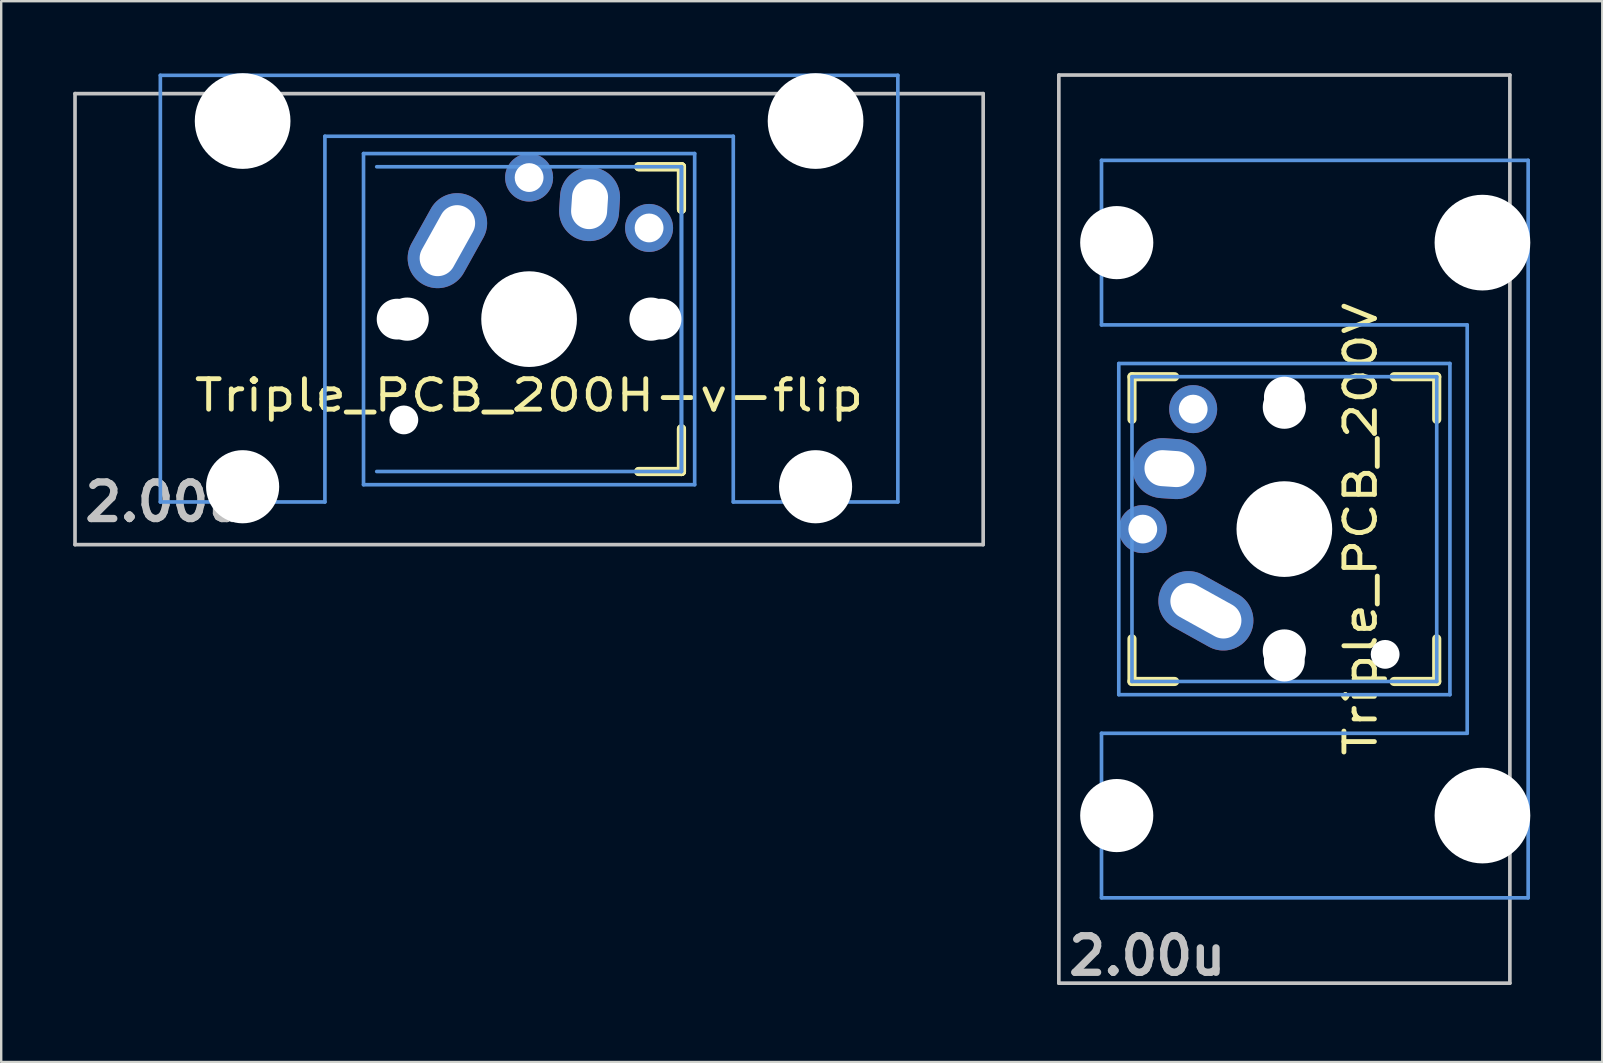
<source format=kicad_pcb>
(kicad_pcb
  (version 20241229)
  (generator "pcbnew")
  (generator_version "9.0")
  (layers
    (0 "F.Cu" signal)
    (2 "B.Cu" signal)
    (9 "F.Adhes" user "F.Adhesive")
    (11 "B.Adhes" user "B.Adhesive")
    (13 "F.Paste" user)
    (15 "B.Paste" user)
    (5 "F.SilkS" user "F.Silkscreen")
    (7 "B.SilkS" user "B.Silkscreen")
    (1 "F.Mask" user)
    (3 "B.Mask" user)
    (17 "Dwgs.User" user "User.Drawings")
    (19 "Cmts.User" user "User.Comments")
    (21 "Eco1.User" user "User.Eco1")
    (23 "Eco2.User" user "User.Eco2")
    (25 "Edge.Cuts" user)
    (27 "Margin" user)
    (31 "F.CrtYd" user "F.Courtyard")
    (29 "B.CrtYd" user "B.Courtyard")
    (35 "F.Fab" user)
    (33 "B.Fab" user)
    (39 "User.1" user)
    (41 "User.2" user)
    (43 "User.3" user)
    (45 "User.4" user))
  (footprint "Triple_PCB_200H-v-flip"
    (layer "F.Cu")
    (at 18.999 10.249)
    (property "Reference" "Triple_PCB_200H-v-flip" (at 0 3.175 0) (layer "F.SilkS") (effects (font (size 1.27 1.524) (thickness 0.203))))
    (attr through_hole)
    (fp_line (start 4.572 -6.35) (end 6.35 -6.35) (stroke (width 0.381) (type solid)) (layer "F.SilkS"))
    (fp_line (start 4.572 -6.35) (end 6.35 -6.35) (stroke (width 0.381) (type solid)) (layer "F.SilkS"))
    (fp_line (start 6.35 -6.35) (end 6.35 -4.572) (stroke (width 0.381) (type solid)) (layer "F.SilkS"))
    (fp_line (start 6.35 -6.35) (end 6.35 -4.572) (stroke (width 0.381) (type solid)) (layer "F.SilkS"))
    (fp_line (start 6.35 4.572) (end 6.35 6.35) (stroke (width 0.381) (type solid)) (layer "F.SilkS"))
    (fp_line (start 6.35 4.572) (end 6.35 6.35) (stroke (width 0.381) (type solid)) (layer "F.SilkS"))
    (fp_line (start 6.35 6.35) (end 4.572 6.35) (stroke (width 0.381) (type solid)) (layer "F.SilkS"))
    (fp_line (start 6.35 6.35) (end 4.572 6.35) (stroke (width 0.381) (type solid)) (layer "F.SilkS"))
    (fp_line (start -18.923 -9.398) (end 18.923 -9.398) (stroke (width 0.152) (type solid)) (layer "Dwgs.User"))
    (fp_line (start -18.923 9.398) (end -18.923 -9.398) (stroke (width 0.152) (type solid)) (layer "Dwgs.User"))
    (fp_line (start 18.923 -9.398) (end 18.923 9.398) (stroke (width 0.152) (type solid)) (layer "Dwgs.User"))
    (fp_line (start 18.923 9.398) (end -18.923 9.398) (stroke (width 0.152) (type solid)) (layer "Dwgs.User"))
    (fp_line (start -15.367 -10.16) (end -15.367 7.62) (stroke (width 0.152) (type solid)) (layer "Cmts.User"))
    (fp_line (start -15.367 7.62) (end -8.509 7.62) (stroke (width 0.152) (type solid)) (layer "Cmts.User"))
    (fp_line (start -8.509 -7.62) (end 8.509 -7.62) (stroke (width 0.152) (type solid)) (layer "Cmts.User"))
    (fp_line (start -8.509 7.62) (end -8.509 -7.62) (stroke (width 0.152) (type solid)) (layer "Cmts.User"))
    (fp_line (start -6.9 -6.9) (end 6.9 -6.9) (stroke (width 0.152) (type solid)) (layer "Cmts.User"))
    (fp_line (start -6.9 6.9) (end -6.9 -6.9) (stroke (width 0.152) (type solid)) (layer "Cmts.User"))
    (fp_line (start -6.35 -6.35) (end 6.35 -6.35) (stroke (width 0.152) (type solid)) (layer "Cmts.User"))
    (fp_line (start 6.35 -6.35) (end 6.35 6.35) (stroke (width 0.152) (type solid)) (layer "Cmts.User"))
    (fp_line (start 6.35 -6.35) (end 6.35 6.35) (stroke (width 0.152) (type solid)) (layer "Cmts.User"))
    (fp_line (start 6.35 6.35) (end -6.35 6.35) (stroke (width 0.152) (type solid)) (layer "Cmts.User"))
    (fp_line (start 6.9 -6.9) (end 6.9 6.9) (stroke (width 0.152) (type solid)) (layer "Cmts.User"))
    (fp_line (start 6.9 6.9) (end -6.9 6.9) (stroke (width 0.152) (type solid)) (layer "Cmts.User"))
    (fp_line (start 8.509 -7.62) (end 8.509 7.62) (stroke (width 0.152) (type solid)) (layer "Cmts.User"))
    (fp_line (start 8.509 7.62) (end 15.367 7.62) (stroke (width 0.152) (type solid)) (layer "Cmts.User"))
    (fp_line (start 15.367 -10.16) (end -15.367 -10.16) (stroke (width 0.152) (type solid)) (layer "Cmts.User"))
    (fp_line (start 15.367 7.62) (end 15.367 -10.16) (stroke (width 0.152) (type solid)) (layer "Cmts.User"))
    (fp_line (start -16.129 -0.508) (end -15.265 -0.508) (stroke (width 0.152) (type solid)) (layer "Eco2.User"))
    (fp_line (start -16.129 2.286) (end -16.129 -0.508) (stroke (width 0.152) (type solid)) (layer "Eco2.User"))
    (fp_line (start -15.265 -6.604) (end -14.224 -6.604) (stroke (width 0.152) (type solid)) (layer "Eco2.User"))
    (fp_line (start -15.265 -0.508) (end -15.265 -6.604) (stroke (width 0.152) (type solid)) (layer "Eco2.User"))
    (fp_line (start -15.265 2.286) (end -16.129 2.286) (stroke (width 0.152) (type solid)) (layer "Eco2.User"))
    (fp_line (start -15.265 5.69) (end -15.265 2.286) (stroke (width 0.152) (type solid)) (layer "Eco2.User"))
    (fp_line (start -14.224 -7.772) (end -9.652 -7.772) (stroke (width 0.152) (type solid)) (layer "Eco2.User"))
    (fp_line (start -14.224 -6.604) (end -14.224 -7.772) (stroke (width 0.152) (type solid)) (layer "Eco2.User"))
    (fp_line (start -9.652 -7.772) (end -9.652 -6.604) (stroke (width 0.152) (type solid)) (layer "Eco2.User"))
    (fp_line (start -9.652 -6.604) (end -8.611 -6.604) (stroke (width 0.152) (type solid)) (layer "Eco2.User"))
    (fp_line (start -8.611 -6.604) (end -8.611 -5.817) (stroke (width 0.152) (type solid)) (layer "Eco2.User"))
    (fp_line (start -8.611 -5.817) (end -6.985 -5.817) (stroke (width 0.152) (type solid)) (layer "Eco2.User"))
    (fp_line (start -8.611 4.877) (end -8.611 5.69) (stroke (width 0.152) (type solid)) (layer "Eco2.User"))
    (fp_line (start -8.611 5.69) (end -15.265 5.69) (stroke (width 0.152) (type solid)) (layer "Eco2.User"))
    (fp_line (start -7.5 -7.5) (end 7.5 -7.5) (stroke (width 0.152) (type solid)) (layer "Eco2.User"))
    (fp_line (start -7.5 7.5) (end -7.5 -7.5) (stroke (width 0.152) (type solid)) (layer "Eco2.User"))
    (fp_line (start -6.985 -6.985) (end 6.985 -6.985) (stroke (width 0.152) (type solid)) (layer "Eco2.User"))
    (fp_line (start -6.985 -5.817) (end -6.985 -6.985) (stroke (width 0.152) (type solid)) (layer "Eco2.User"))
    (fp_line (start -6.985 4.877) (end -8.611 4.877) (stroke (width 0.152) (type solid)) (layer "Eco2.User"))
    (fp_line (start -6.985 6.985) (end -6.985 4.877) (stroke (width 0.152) (type solid)) (layer "Eco2.User"))
    (fp_line (start 6.985 -6.985) (end 6.985 -5.817) (stroke (width 0.152) (type solid)) (layer "Eco2.User"))
    (fp_line (start 6.985 -5.817) (end 8.611 -5.817) (stroke (width 0.152) (type solid)) (layer "Eco2.User"))
    (fp_line (start 6.985 4.877) (end 6.985 6.985) (stroke (width 0.152) (type solid)) (layer "Eco2.User"))
    (fp_line (start 6.985 6.985) (end -6.985 6.985) (stroke (width 0.152) (type solid)) (layer "Eco2.User"))
    (fp_line (start 7.5 -7.5) (end 7.5 7.5) (stroke (width 0.152) (type solid)) (layer "Eco2.User"))
    (fp_line (start 7.5 7.5) (end -7.5 7.5) (stroke (width 0.152) (type solid)) (layer "Eco2.User"))
    (fp_line (start 8.611 -6.604) (end 9.652 -6.604) (stroke (width 0.152) (type solid)) (layer "Eco2.User"))
    (fp_line (start 8.611 -5.817) (end 8.611 -6.604) (stroke (width 0.152) (type solid)) (layer "Eco2.User"))
    (fp_line (start 8.611 4.877) (end 6.985 4.877) (stroke (width 0.152) (type solid)) (layer "Eco2.User"))
    (fp_line (start 8.611 5.69) (end 8.611 4.877) (stroke (width 0.152) (type solid)) (layer "Eco2.User"))
    (fp_line (start 9.652 -7.772) (end 14.224 -7.772) (stroke (width 0.152) (type solid)) (layer "Eco2.User"))
    (fp_line (start 9.652 -6.604) (end 9.652 -7.772) (stroke (width 0.152) (type solid)) (layer "Eco2.User"))
    (fp_line (start 14.224 -7.772) (end 14.224 -6.604) (stroke (width 0.152) (type solid)) (layer "Eco2.User"))
    (fp_line (start 14.224 -6.604) (end 15.265 -6.604) (stroke (width 0.152) (type solid)) (layer "Eco2.User"))
    (fp_line (start 15.265 -6.604) (end 15.265 -0.508) (stroke (width 0.152) (type solid)) (layer "Eco2.User"))
    (fp_line (start 15.265 -0.508) (end 16.129 -0.508) (stroke (width 0.152) (type solid)) (layer "Eco2.User"))
    (fp_line (start 15.265 2.286) (end 15.265 5.69) (stroke (width 0.152) (type solid)) (layer "Eco2.User"))
    (fp_line (start 15.265 5.69) (end 8.611 5.69) (stroke (width 0.152) (type solid)) (layer "Eco2.User"))
    (fp_line (start 16.129 -0.508) (end 16.129 2.286) (stroke (width 0.152) (type solid)) (layer "Eco2.User"))
    (fp_line (start 16.129 2.286) (end 15.265 2.286) (stroke (width 0.152) (type solid)) (layer "Eco2.User"))
    (fp_text user "2.00u" (at -15.24 7.62 180) (layer "Dwgs.User") (effects (font (size 1.524 1.524) (thickness 0.305))))
    (pad "" np_thru_hole circle (at -11.938 -8.255 180) (size 3.988 3.988) (drill 3.988) (layers "*.Cu"))
    (pad "" np_thru_hole circle (at -11.938 6.985 180) (size 3.048 3.048) (drill 3.048) (layers "*.Cu"))
    (pad "" np_thru_hole circle (at -5.5 0) (size 1.7 1.7) (drill 1.7) (layers "*.Cu"))
    (pad "" np_thru_hole circle (at -5.22 4.2) (size 1.2 1.2) (drill 1.2) (layers "*.Cu"))
    (pad "" np_thru_hole circle (at -5.08 0) (size 1.8 1.8) (drill 1.8) (layers "*.Cu"))
    (pad "" np_thru_hole circle (at 0 0) (size 3.4 3.4) (drill 3.4) (layers "*.Cu"))
    (pad "" np_thru_hole circle (at 0 0) (size 3.988 3.988) (drill 3.988) (layers "*.Cu"))
    (pad "" np_thru_hole circle (at 5.08 0) (size 1.8 1.8) (drill 1.8) (layers "*.Cu"))
    (pad "" np_thru_hole circle (at 5.5 0) (size 1.7 1.7) (drill 1.7) (layers "*.Cu"))
    (pad "" np_thru_hole circle (at 11.938 -8.255 180) (size 3.988 3.988) (drill 3.988) (layers "*.Cu"))
    (pad "" np_thru_hole circle (at 11.938 6.985 180) (size 3.048 3.048) (drill 3.048) (layers "*.Cu"))
    (pad "1" thru_hole oval (at -3.405 -3.27 330.9) (size 2.5 4.17) (drill oval 1.5 3.17) (layers "*.Cu" "*.Mask"))
    (pad "1" thru_hole circle (at 0 -5.9) (size 2 2) (drill 1.2) (layers "*.Cu" "*.Mask"))
    (pad "2" thru_hole oval (at 2.52 -4.79 356.1) (size 2.5 3.08) (drill oval 1.5 2.08) (layers "*.Cu" "*.Mask"))
    (pad "2" thru_hole circle (at 5 -3.8 221.9) (size 2 2) (drill 1.2) (layers "*.Cu" "*.Mask")))
  (footprint "Triple_PCB_200V"
    (layer "F.Cu")
    (at 50.473 18.999)
    (property "Reference" "Triple_PCB_200V" (at 3.175 0 90) (layer "F.SilkS") (effects (font (size 1.27 1.524) (thickness 0.203))))
    (attr through_hole)
    (fp_line (start -6.35 -6.35) (end -4.572 -6.35) (stroke (width 0.381) (type solid)) (layer "F.SilkS"))
    (fp_line (start -6.35 -4.572) (end -6.35 -6.35) (stroke (width 0.381) (type solid)) (layer "F.SilkS"))
    (fp_line (start -6.35 6.35) (end -6.35 4.572) (stroke (width 0.381) (type solid)) (layer "F.SilkS"))
    (fp_line (start -4.572 6.35) (end -6.35 6.35) (stroke (width 0.381) (type solid)) (layer "F.SilkS"))
    (fp_line (start 4.572 -6.35) (end 6.35 -6.35) (stroke (width 0.381) (type solid)) (layer "F.SilkS"))
    (fp_line (start 6.35 -6.35) (end 6.35 -4.572) (stroke (width 0.381) (type solid)) (layer "F.SilkS"))
    (fp_line (start 6.35 4.572) (end 6.35 6.35) (stroke (width 0.381) (type solid)) (layer "F.SilkS"))
    (fp_line (start 6.35 6.35) (end 4.572 6.35) (stroke (width 0.381) (type solid)) (layer "F.SilkS"))
    (fp_line (start -9.398 -18.923) (end 9.398 -18.923) (stroke (width 0.152) (type solid)) (layer "Dwgs.User"))
    (fp_line (start -9.398 18.923) (end -9.398 -18.923) (stroke (width 0.152) (type solid)) (layer "Dwgs.User"))
    (fp_line (start 9.398 -18.923) (end 9.398 18.923) (stroke (width 0.152) (type solid)) (layer "Dwgs.User"))
    (fp_line (start 9.398 18.923) (end -9.398 18.923) (stroke (width 0.152) (type solid)) (layer "Dwgs.User"))
    (fp_line (start -7.62 -15.367) (end -7.62 -8.509) (stroke (width 0.152) (type solid)) (layer "Cmts.User"))
    (fp_line (start -7.62 -8.509) (end 7.62 -8.509) (stroke (width 0.152) (type solid)) (layer "Cmts.User"))
    (fp_line (start -7.62 8.509) (end -7.62 15.367) (stroke (width 0.152) (type solid)) (layer "Cmts.User"))
    (fp_line (start -7.62 15.367) (end 10.16 15.367) (stroke (width 0.152) (type solid)) (layer "Cmts.User"))
    (fp_line (start -6.9 -6.9) (end 6.9 -6.9) (stroke (width 0.152) (type solid)) (layer "Cmts.User"))
    (fp_line (start -6.9 6.9) (end -6.9 -6.9) (stroke (width 0.152) (type solid)) (layer "Cmts.User"))
    (fp_line (start -6.35 -6.35) (end 6.35 -6.35) (stroke (width 0.152) (type solid)) (layer "Cmts.User"))
    (fp_line (start -6.35 6.35) (end -6.35 -6.35) (stroke (width 0.152) (type solid)) (layer "Cmts.User"))
    (fp_line (start 6.35 -6.35) (end 6.35 6.35) (stroke (width 0.152) (type solid)) (layer "Cmts.User"))
    (fp_line (start 6.35 6.35) (end -6.35 6.35) (stroke (width 0.152) (type solid)) (layer "Cmts.User"))
    (fp_line (start 6.9 -6.9) (end 6.9 6.9) (stroke (width 0.152) (type solid)) (layer "Cmts.User"))
    (fp_line (start 6.9 6.9) (end -6.9 6.9) (stroke (width 0.152) (type solid)) (layer "Cmts.User"))
    (fp_line (start 7.62 -8.509) (end 7.62 8.509) (stroke (width 0.152) (type solid)) (layer "Cmts.User"))
    (fp_line (start 7.62 8.509) (end -7.62 8.509) (stroke (width 0.152) (type solid)) (layer "Cmts.User"))
    (fp_line (start 10.16 -15.367) (end -7.62 -15.367) (stroke (width 0.152) (type solid)) (layer "Cmts.User"))
    (fp_line (start 10.16 15.367) (end 10.16 -15.367) (stroke (width 0.152) (type solid)) (layer "Cmts.User"))
    (fp_line (start -7.5 -7.5) (end 7.5 -7.5) (stroke (width 0.152) (type solid)) (layer "Eco2.User"))
    (fp_line (start -7.5 7.5) (end -7.5 -7.5) (stroke (width 0.152) (type solid)) (layer "Eco2.User"))
    (fp_line (start -6.985 -6.985) (end -4.877 -6.985) (stroke (width 0.152) (type solid)) (layer "Eco2.User"))
    (fp_line (start -6.985 6.985) (end -6.985 -6.985) (stroke (width 0.152) (type solid)) (layer "Eco2.User"))
    (fp_line (start -5.69 -15.265) (end -2.286 -15.265) (stroke (width 0.152) (type solid)) (layer "Eco2.User"))
    (fp_line (start -5.69 -8.611) (end -5.69 -15.265) (stroke (width 0.152) (type solid)) (layer "Eco2.User"))
    (fp_line (start -5.69 8.611) (end -4.877 8.611) (stroke (width 0.152) (type solid)) (layer "Eco2.User"))
    (fp_line (start -5.69 15.265) (end -5.69 8.611) (stroke (width 0.152) (type solid)) (layer "Eco2.User"))
    (fp_line (start -4.877 -8.611) (end -5.69 -8.611) (stroke (width 0.152) (type solid)) (layer "Eco2.User"))
    (fp_line (start -4.877 -6.985) (end -4.877 -8.611) (stroke (width 0.152) (type solid)) (layer "Eco2.User"))
    (fp_line (start -4.877 6.985) (end -6.985 6.985) (stroke (width 0.152) (type solid)) (layer "Eco2.User"))
    (fp_line (start -4.877 8.611) (end -4.877 6.985) (stroke (width 0.152) (type solid)) (layer "Eco2.User"))
    (fp_line (start -2.286 -16.129) (end 0.508 -16.129) (stroke (width 0.152) (type solid)) (layer "Eco2.User"))
    (fp_line (start -2.286 -15.265) (end -2.286 -16.129) (stroke (width 0.152) (type solid)) (layer "Eco2.User"))
    (fp_line (start -2.286 15.265) (end -5.69 15.265) (stroke (width 0.152) (type solid)) (layer "Eco2.User"))
    (fp_line (start -2.286 16.129) (end -2.286 15.265) (stroke (width 0.152) (type solid)) (layer "Eco2.User"))
    (fp_line (start 0.508 -16.129) (end 0.508 -15.265) (stroke (width 0.152) (type solid)) (layer "Eco2.User"))
    (fp_line (start 0.508 -15.265) (end 6.604 -15.265) (stroke (width 0.152) (type solid)) (layer "Eco2.User"))
    (fp_line (start 0.508 15.265) (end 0.508 16.129) (stroke (width 0.152) (type solid)) (layer "Eco2.User"))
    (fp_line (start 0.508 16.129) (end -2.286 16.129) (stroke (width 0.152) (type solid)) (layer "Eco2.User"))
    (fp_line (start 5.817 -8.611) (end 5.817 -6.985) (stroke (width 0.152) (type solid)) (layer "Eco2.User"))
    (fp_line (start 5.817 -6.985) (end 6.985 -6.985) (stroke (width 0.152) (type solid)) (layer "Eco2.User"))
    (fp_line (start 5.817 6.985) (end 5.817 8.611) (stroke (width 0.152) (type solid)) (layer "Eco2.User"))
    (fp_line (start 5.817 8.611) (end 6.604 8.611) (stroke (width 0.152) (type solid)) (layer "Eco2.User"))
    (fp_line (start 6.604 -15.265) (end 6.604 -14.224) (stroke (width 0.152) (type solid)) (layer "Eco2.User"))
    (fp_line (start 6.604 -14.224) (end 7.772 -14.224) (stroke (width 0.152) (type solid)) (layer "Eco2.User"))
    (fp_line (start 6.604 -9.652) (end 6.604 -8.611) (stroke (width 0.152) (type solid)) (layer "Eco2.User"))
    (fp_line (start 6.604 -8.611) (end 5.817 -8.611) (stroke (width 0.152) (type solid)) (layer "Eco2.User"))
    (fp_line (start 6.604 8.611) (end 6.604 9.652) (stroke (width 0.152) (type solid)) (layer "Eco2.User"))
    (fp_line (start 6.604 9.652) (end 7.772 9.652) (stroke (width 0.152) (type solid)) (layer "Eco2.User"))
    (fp_line (start 6.604 14.224) (end 6.604 15.265) (stroke (width 0.152) (type solid)) (layer "Eco2.User"))
    (fp_line (start 6.604 15.265) (end 0.508 15.265) (stroke (width 0.152) (type solid)) (layer "Eco2.User"))
    (fp_line (start 6.985 -6.985) (end 6.985 6.985) (stroke (width 0.152) (type solid)) (layer "Eco2.User"))
    (fp_line (start 6.985 6.985) (end 5.817 6.985) (stroke (width 0.152) (type solid)) (layer "Eco2.User"))
    (fp_line (start 7.5 -7.5) (end 7.5 7.5) (stroke (width 0.152) (type solid)) (layer "Eco2.User"))
    (fp_line (start 7.5 7.5) (end -7.5 7.5) (stroke (width 0.152) (type solid)) (layer "Eco2.User"))
    (fp_line (start 7.772 -14.224) (end 7.772 -9.652) (stroke (width 0.152) (type solid)) (layer "Eco2.User"))
    (fp_line (start 7.772 -9.652) (end 6.604 -9.652) (stroke (width 0.152) (type solid)) (layer "Eco2.User"))
    (fp_line (start 7.772 9.652) (end 7.772 14.224) (stroke (width 0.152) (type solid)) (layer "Eco2.User"))
    (fp_line (start 7.772 14.224) (end 6.604 14.224) (stroke (width 0.152) (type solid)) (layer "Eco2.User"))
    (fp_text user "2.00u" (at -5.715 17.78 0) (layer "Dwgs.User") (effects (font (size 1.524 1.524) (thickness 0.305))))
    (pad "" np_thru_hole circle (at -6.985 -11.938 90) (size 3.048 3.048) (drill 3.048) (layers "*.Cu"))
    (pad "" np_thru_hole circle (at -6.985 11.938 90) (size 3.048 3.048) (drill 3.048) (layers "*.Cu"))
    (pad "" np_thru_hole circle (at 0 -5.5 90) (size 1.7 1.7) (drill 1.7) (layers "*.Cu"))
    (pad "" np_thru_hole circle (at 0 -5.08 90) (size 1.8 1.8) (drill 1.8) (layers "*.Cu"))
    (pad "" np_thru_hole circle (at 0 0 90) (size 3.4 3.4) (drill 3.4) (layers "*.Cu"))
    (pad "" np_thru_hole circle (at 0 0 90) (size 3.988 3.988) (drill 3.988) (layers "*.Cu"))
    (pad "" np_thru_hole circle (at 0 5.08 90) (size 1.8 1.8) (drill 1.8) (layers "*.Cu"))
    (pad "" np_thru_hole circle (at 0 5.5 90) (size 1.7 1.7) (drill 1.7) (layers "*.Cu"))
    (pad "" np_thru_hole circle (at 4.2 5.22 90) (size 1.2 1.2) (drill 1.2) (layers "*.Cu"))
    (pad "" np_thru_hole circle (at 8.255 -11.938 90) (size 3.988 3.988) (drill 3.988) (layers "*.Cu"))
    (pad "" np_thru_hole circle (at 8.255 11.938 90) (size 3.988 3.988) (drill 3.988) (layers "*.Cu"))
    (pad "1" thru_hole circle (at -5.9 0 90) (size 2 2) (drill 1.2) (layers "*.Cu" "*.Mask"))
    (pad "1" thru_hole oval (at -3.27 3.405 61) (size 2.5 4.17) (drill oval 1.5 3.17) (layers "*.Cu" "*.Mask"))
    (pad "2" thru_hole oval (at -4.79 -2.52 86.1) (size 2.5 3.08) (drill oval 1.5 2.08) (layers "*.Cu" "*.Mask"))
    (pad "2" thru_hole circle (at -3.8 -5 311.9) (size 2 2) (drill 1.2) (layers "*.Cu" "*.Mask")))
  (gr_rect
    (start -3 -3)
    (end 63.721 41.206)
    (stroke (width 0.1) (type default))
    (fill no)
    (layer "Edge.Cuts")))
</source>
